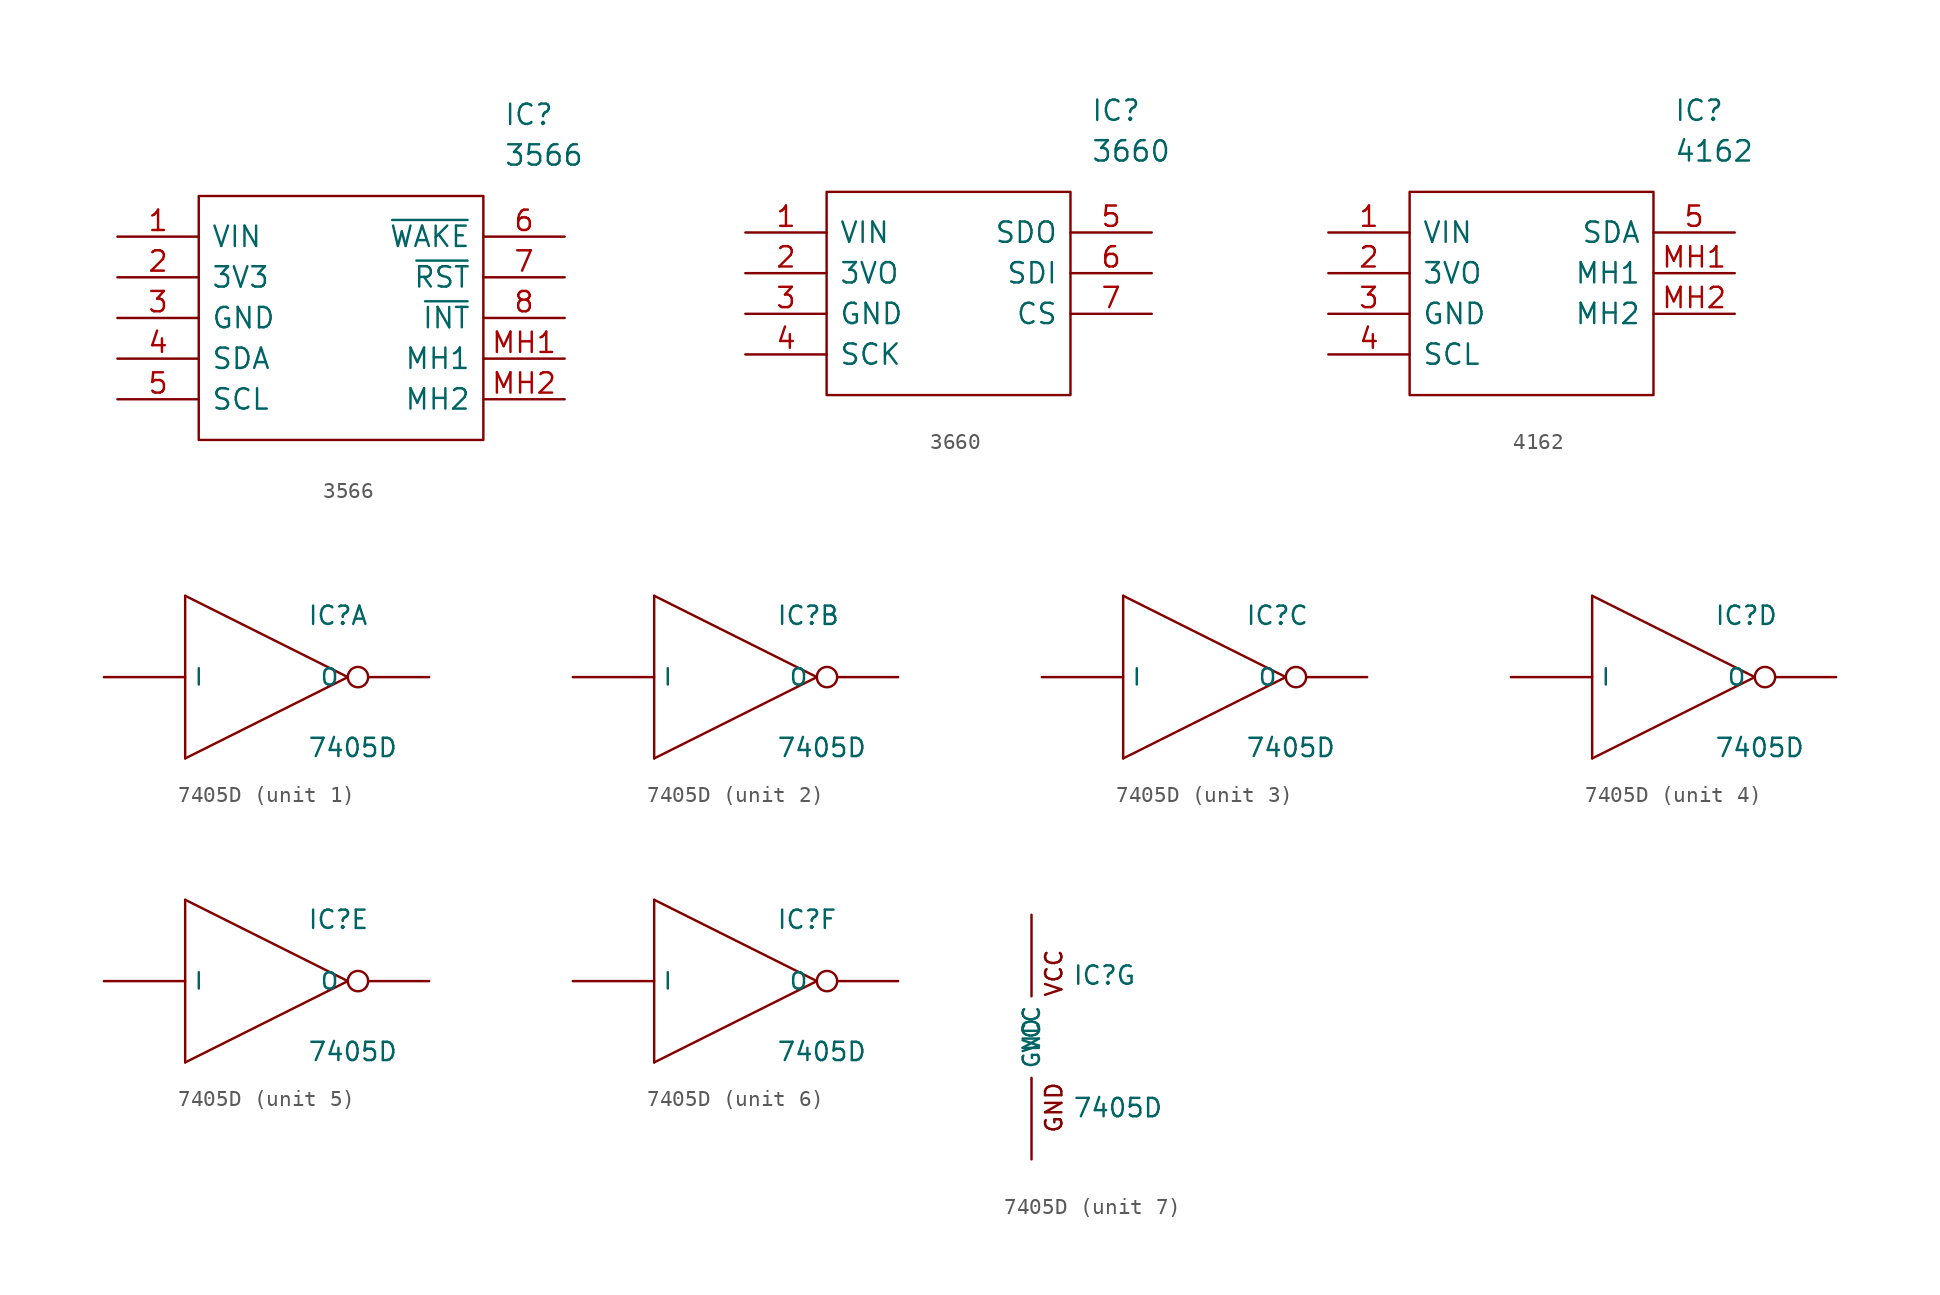
<source format=kicad_sym>
(kicad_symbol_lib
  (version 20201005)
  (generator kicad_symbol_editor)
  (symbol "Zimprich_neu:3566"
    (pin_names
      (offset 0.762))
    (property "Reference" "IC"
      (at 24.13 7.62 0)
      (effects (font (size 1.27 1.27)) (justify left)))
    (property "Value" "3566"
      (at 24.13 5.08 0)
      (effects (font (size 1.27 1.27)) (justify left)))
    (symbol "3566_0_1"
      (polyline (pts (xy 5.08 2.54) (xy 22.86 2.54) (xy 22.86 -12.7) (xy 5.08 -12.7) (xy 5.08 2.54)) (stroke (width 0.152)) (fill (type none))))
    (symbol "3566_0_0"
      (pin bidirectional line (at 0 0 0) (length 5.08) (name "VIN" (effects (font (size 1.27 1.27)))) (number "1" (effects (font (size 1.27 1.27)))))
      (pin bidirectional line (at 0 -2.54 0) (length 5.08) (name "3V3" (effects (font (size 1.27 1.27)))) (number "2" (effects (font (size 1.27 1.27)))))
      (pin bidirectional line (at 0 -5.08 0) (length 5.08) (name "GND" (effects (font (size 1.27 1.27)))) (number "3" (effects (font (size 1.27 1.27)))))
      (pin bidirectional line (at 0 -7.62 0) (length 5.08) (name "SDA" (effects (font (size 1.27 1.27)))) (number "4" (effects (font (size 1.27 1.27)))))
      (pin bidirectional line (at 0 -10.16 0) (length 5.08) (name "SCL" (effects (font (size 1.27 1.27)))) (number "5" (effects (font (size 1.27 1.27)))))
      (pin bidirectional line (at 27.94 0 180) (length 5.08) (name "~WAKE" (effects (font (size 1.27 1.27)))) (number "6" (effects (font (size 1.27 1.27)))))
      (pin bidirectional line (at 27.94 -2.54 180) (length 5.08) (name "~RST" (effects (font (size 1.27 1.27)))) (number "7" (effects (font (size 1.27 1.27)))))
      (pin bidirectional line (at 27.94 -5.08 180) (length 5.08) (name "~INT" (effects (font (size 1.27 1.27)))) (number "8" (effects (font (size 1.27 1.27)))))
      (pin bidirectional line (at 27.94 -7.62 180) (length 5.08) (name "MH1" (effects (font (size 1.27 1.27)))) (number "MH1" (effects (font (size 1.27 1.27)))))
      (pin bidirectional line (at 27.94 -10.16 180) (length 5.08) (name "MH2" (effects (font (size 1.27 1.27)))) (number "MH2" (effects (font (size 1.27 1.27)))))))
  (symbol "Zimprich_neu:3660"
    (pin_names
      (offset 0.762))
    (property "Reference" "IC"
      (at 21.59 7.62 0)
      (effects (font (size 1.27 1.27)) (justify left)))
    (property "Value" "3660"
      (at 21.59 5.08 0)
      (effects (font (size 1.27 1.27)) (justify left)))
    (symbol "3660_0_1"
      (polyline (pts (xy 5.08 2.54) (xy 20.32 2.54) (xy 20.32 -10.16) (xy 5.08 -10.16) (xy 5.08 2.54)) (stroke (width 0.152)) (fill (type none))))
    (symbol "3660_0_0"
      (pin bidirectional line (at 0 0 0) (length 5.08) (name "VIN" (effects (font (size 1.27 1.27)))) (number "1" (effects (font (size 1.27 1.27)))))
      (pin bidirectional line (at 0 -2.54 0) (length 5.08) (name "3VO" (effects (font (size 1.27 1.27)))) (number "2" (effects (font (size 1.27 1.27)))))
      (pin bidirectional line (at 0 -5.08 0) (length 5.08) (name "GND" (effects (font (size 1.27 1.27)))) (number "3" (effects (font (size 1.27 1.27)))))
      (pin bidirectional line (at 0 -7.62 0) (length 5.08) (name "SCK" (effects (font (size 1.27 1.27)))) (number "4" (effects (font (size 1.27 1.27)))))
      (pin bidirectional line (at 25.4 0 180) (length 5.08) (name "SDO" (effects (font (size 1.27 1.27)))) (number "5" (effects (font (size 1.27 1.27)))))
      (pin bidirectional line (at 25.4 -2.54 180) (length 5.08) (name "SDI" (effects (font (size 1.27 1.27)))) (number "6" (effects (font (size 1.27 1.27)))))
      (pin bidirectional line (at 25.4 -5.08 180) (length 5.08) (name "CS" (effects (font (size 1.27 1.27)))) (number "7" (effects (font (size 1.27 1.27)))))))
  (symbol "Zimprich_neu:4162"
    (pin_names
      (offset 0.762))
    (property "Reference" "IC"
      (at 21.59 7.62 0)
      (effects (font (size 1.27 1.27)) (justify left)))
    (property "Value" "4162"
      (at 21.59 5.08 0)
      (effects (font (size 1.27 1.27)) (justify left)))
    (symbol "4162_0_1"
      (polyline (pts (xy 5.08 2.54) (xy 20.32 2.54) (xy 20.32 -10.16) (xy 5.08 -10.16) (xy 5.08 2.54)) (stroke (width 0.152)) (fill (type none))))
    (symbol "4162_0_0"
      (pin unspecified line (at 0 0 0) (length 5.08) (name "VIN" (effects (font (size 1.27 1.27)))) (number "1" (effects (font (size 1.27 1.27)))))
      (pin unspecified line (at 0 -2.54 0) (length 5.08) (name "3VO" (effects (font (size 1.27 1.27)))) (number "2" (effects (font (size 1.27 1.27)))))
      (pin unspecified line (at 0 -5.08 0) (length 5.08) (name "GND" (effects (font (size 1.27 1.27)))) (number "3" (effects (font (size 1.27 1.27)))))
      (pin unspecified line (at 0 -7.62 0) (length 5.08) (name "SCL" (effects (font (size 1.27 1.27)))) (number "4" (effects (font (size 1.27 1.27)))))
      (pin unspecified line (at 25.4 0 180) (length 5.08) (name "SDA" (effects (font (size 1.27 1.27)))) (number "5" (effects (font (size 1.27 1.27)))))
      (pin unspecified line (at 25.4 -2.54 180) (length 5.08) (name "MH1" (effects (font (size 1.27 1.27)))) (number "MH1" (effects (font (size 1.27 1.27)))))
      (pin unspecified line (at 25.4 -5.08 180) (length 5.08) (name "MH2" (effects (font (size 1.27 1.27)))) (number "MH2" (effects (font (size 1.27 1.27)))))))
  (symbol "Zimprich_neu:7405D"
    (pin_numbers hide)
    (property "Reference" "IC"
      (at 2.54 3.175 0)
      (effects (font (size 1.143 1.143)) (justify left bottom)))
    (property "Value" "7405D"
      (at 2.54 -5.08 0)
      (effects (font (size 1.143 1.143)) (justify left bottom)))
    (property "ki_locked" ""
      (at 0 0 0)
      (effects (font (size 1.27 1.27))))
    (symbol "7405D_7_0"
      (text "GND" (at 1.397 -4.394 900) (effects (font (size 1.016 1.016))))
      (text "VCC" (at 1.397 3.988 900) (effects (font (size 1.016 1.016)))))
    (symbol "7405D_1_0"
      (polyline (pts (xy -5.08 -5.08) (xy -5.08 5.08)) (stroke (width 0)) (fill (type none)))
      (polyline (pts (xy -5.08 5.08) (xy 5.08 0)) (stroke (width 0)) (fill (type none)))
      (polyline (pts (xy 5.08 0) (xy -5.08 -5.08)) (stroke (width 0)) (fill (type none))))
    (symbol "7405D_2_0"
      (polyline (pts (xy -5.08 -5.08) (xy -5.08 5.08)) (stroke (width 0)) (fill (type none)))
      (polyline (pts (xy -5.08 5.08) (xy 5.08 0)) (stroke (width 0)) (fill (type none)))
      (polyline (pts (xy 5.08 0) (xy -5.08 -5.08)) (stroke (width 0)) (fill (type none))))
    (symbol "7405D_3_0"
      (polyline (pts (xy -5.08 -5.08) (xy -5.08 5.08)) (stroke (width 0)) (fill (type none)))
      (polyline (pts (xy -5.08 5.08) (xy 5.08 0)) (stroke (width 0)) (fill (type none)))
      (polyline (pts (xy 5.08 0) (xy -5.08 -5.08)) (stroke (width 0)) (fill (type none))))
    (symbol "7405D_4_0"
      (polyline (pts (xy -5.08 -5.08) (xy -5.08 5.08)) (stroke (width 0)) (fill (type none)))
      (polyline (pts (xy -5.08 5.08) (xy 5.08 0)) (stroke (width 0)) (fill (type none)))
      (polyline (pts (xy 5.08 0) (xy -5.08 -5.08)) (stroke (width 0)) (fill (type none))))
    (symbol "7405D_5_0"
      (polyline (pts (xy -5.08 -5.08) (xy -5.08 5.08)) (stroke (width 0)) (fill (type none)))
      (polyline (pts (xy -5.08 5.08) (xy 5.08 0)) (stroke (width 0)) (fill (type none)))
      (polyline (pts (xy 5.08 0) (xy -5.08 -5.08)) (stroke (width 0)) (fill (type none))))
    (symbol "7405D_6_0"
      (polyline (pts (xy -5.08 -5.08) (xy -5.08 5.08)) (stroke (width 0)) (fill (type none)))
      (polyline (pts (xy -5.08 5.08) (xy 5.08 0)) (stroke (width 0)) (fill (type none)))
      (polyline (pts (xy 5.08 0) (xy -5.08 -5.08)) (stroke (width 0)) (fill (type none))))
    (symbol "7405D_1_1"
      (pin input line (at -10.16 0 0) (length 5.08) (name "I" (effects (font (size 1.016 1.016)))) (number "1" (effects (font (size 1.016 1.016)))))
      (pin open_collector inverted (at 10.16 0 180) (length 5.08) (name "O" (effects (font (size 1.016 1.016)))) (number "2" (effects (font (size 1.016 1.016))))))
    (symbol "7405D_2_1"
      (pin input line (at -10.16 0 0) (length 5.08) (name "I" (effects (font (size 1.016 1.016)))) (number "3" (effects (font (size 1.016 1.016)))))
      (pin open_collector inverted (at 10.16 0 180) (length 5.08) (name "O" (effects (font (size 1.016 1.016)))) (number "4" (effects (font (size 1.016 1.016))))))
    (symbol "7405D_3_1"
      (pin input line (at -10.16 0 0) (length 5.08) (name "I" (effects (font (size 1.016 1.016)))) (number "5" (effects (font (size 1.016 1.016)))))
      (pin open_collector inverted (at 10.16 0 180) (length 5.08) (name "O" (effects (font (size 1.016 1.016)))) (number "6" (effects (font (size 1.016 1.016))))))
    (symbol "7405D_4_1"
      (pin open_collector inverted (at 10.16 0 180) (length 5.08) (name "O" (effects (font (size 1.016 1.016)))) (number "8" (effects (font (size 1.016 1.016)))))
      (pin input line (at -10.16 0 0) (length 5.08) (name "I" (effects (font (size 1.016 1.016)))) (number "9" (effects (font (size 1.016 1.016))))))
    (symbol "7405D_5_1"
      (pin open_collector inverted (at 10.16 0 180) (length 5.08) (name "O" (effects (font (size 1.016 1.016)))) (number "10" (effects (font (size 1.016 1.016)))))
      (pin input line (at -10.16 0 0) (length 5.08) (name "I" (effects (font (size 1.016 1.016)))) (number "11" (effects (font (size 1.016 1.016))))))
    (symbol "7405D_6_1"
      (pin open_collector inverted (at 10.16 0 180) (length 5.08) (name "O" (effects (font (size 1.016 1.016)))) (number "12" (effects (font (size 1.016 1.016)))))
      (pin input line (at -10.16 0 0) (length 5.08) (name "I" (effects (font (size 1.016 1.016)))) (number "13" (effects (font (size 1.016 1.016))))))
    (symbol "7405D_7_1"
      (pin power_in line (at 0 7.62 270) (length 5.08) (name "VCC" (effects (font (size 1.016 1.016)))) (number "14" (effects (font (size 1.016 1.016)))))
      (pin power_in line (at 0 -7.62 90) (length 5.08) (name "GND" (effects (font (size 1.016 1.016)))) (number "7" (effects (font (size 1.016 1.016))))))))
</source>
